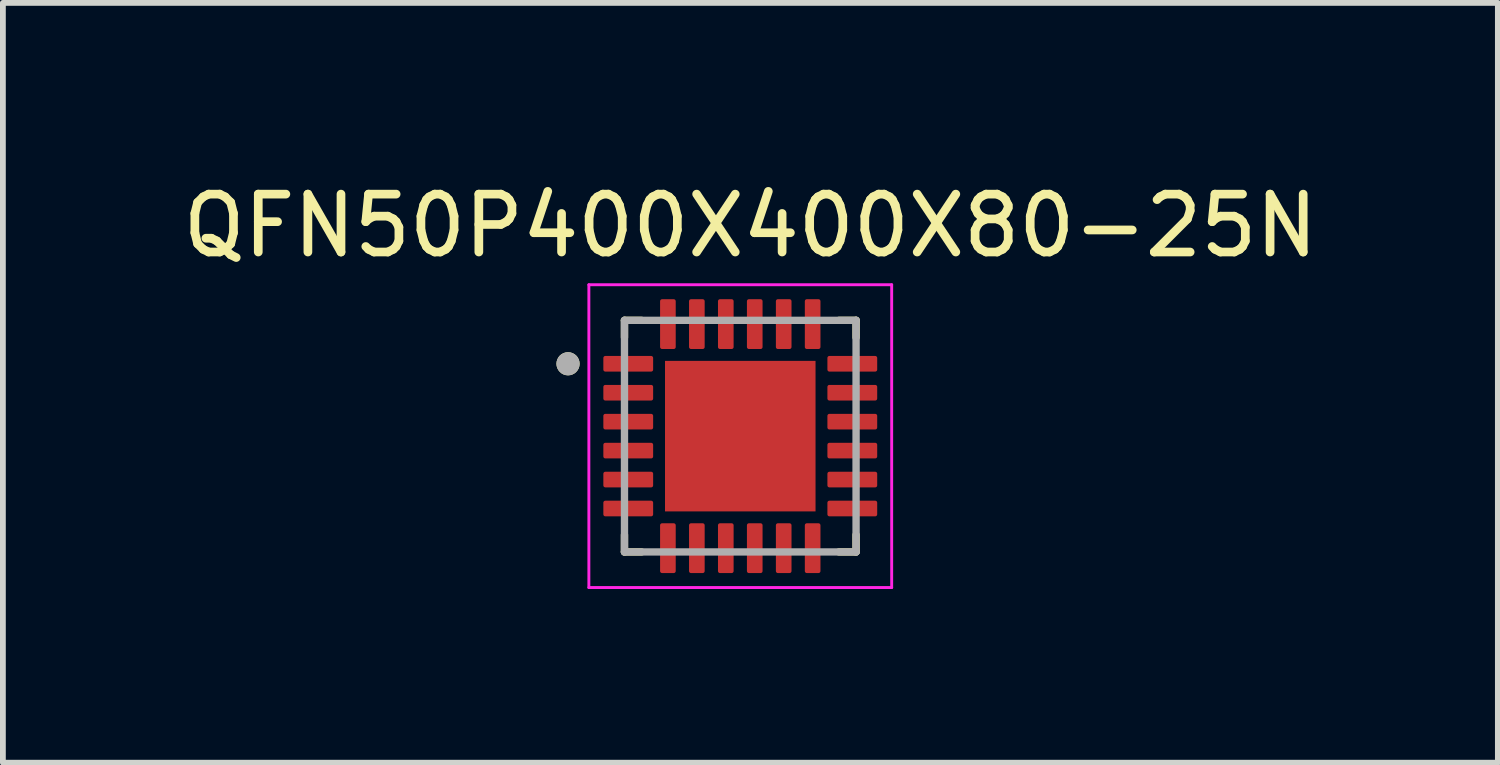
<source format=kicad_pcb>
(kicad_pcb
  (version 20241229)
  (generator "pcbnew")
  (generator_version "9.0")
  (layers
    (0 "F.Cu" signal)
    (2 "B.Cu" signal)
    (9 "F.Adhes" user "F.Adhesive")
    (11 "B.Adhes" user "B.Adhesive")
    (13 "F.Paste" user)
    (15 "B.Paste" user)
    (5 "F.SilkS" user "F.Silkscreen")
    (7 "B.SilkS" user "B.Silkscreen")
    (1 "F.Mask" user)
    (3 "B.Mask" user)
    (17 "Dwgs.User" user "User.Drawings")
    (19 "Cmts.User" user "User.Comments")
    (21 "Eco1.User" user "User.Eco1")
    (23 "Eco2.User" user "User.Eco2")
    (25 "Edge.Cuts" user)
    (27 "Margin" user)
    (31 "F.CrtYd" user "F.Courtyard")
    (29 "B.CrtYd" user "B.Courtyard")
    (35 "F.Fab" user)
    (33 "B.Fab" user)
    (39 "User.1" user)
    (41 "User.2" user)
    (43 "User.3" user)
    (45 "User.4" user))
  (footprint "QFN50P400X400X80-25N"
    (layer "F.Cu")
    (at 9.736 4.483)
    (property "Reference" "QFN50P400X400X80-25N" (at 0.175 -3.635 0) (layer "F.SilkS") (effects (font (size 1 1) (thickness 0.15))))
    (attr smd)
    (fp_line (start -2 -2) (end -2 -1.705) (stroke (width 0.127) (type solid)) (layer "F.SilkS"))
    (fp_line (start -2 -2) (end -1.705 -2) (stroke (width 0.127) (type solid)) (layer "F.SilkS"))
    (fp_line (start -2 2) (end -2 1.705) (stroke (width 0.127) (type solid)) (layer "F.SilkS"))
    (fp_line (start -2 2) (end -1.705 2) (stroke (width 0.127) (type solid)) (layer "F.SilkS"))
    (fp_line (start 2 -2) (end 1.705 -2) (stroke (width 0.127) (type solid)) (layer "F.SilkS"))
    (fp_line (start 2 -2) (end 2 -1.705) (stroke (width 0.127) (type solid)) (layer "F.SilkS"))
    (fp_line (start 2 2) (end 1.705 2) (stroke (width 0.127) (type solid)) (layer "F.SilkS"))
    (fp_line (start 2 2) (end 2 1.705) (stroke (width 0.127) (type solid)) (layer "F.SilkS"))
    (fp_circle (center -2.975 -1.25) (end -2.875 -1.25) (stroke (width 0.2) (type solid)) (fill no) (layer "F.SilkS"))
    (fp_poly (pts (xy -0.82 -0.82) (xy 0.82 -0.82) (xy 0.82 0.82) (xy -0.82 0.82)) (stroke (width 0.01) (type solid)) (fill yes) (layer "F.Paste"))
    (fp_line (start -2.615 -2.615) (end 2.615 -2.615) (stroke (width 0.05) (type solid)) (layer "F.CrtYd"))
    (fp_line (start -2.615 2.615) (end -2.615 -2.615) (stroke (width 0.05) (type solid)) (layer "F.CrtYd"))
    (fp_line (start -2.615 2.615) (end 2.615 2.615) (stroke (width 0.05) (type solid)) (layer "F.CrtYd"))
    (fp_line (start 2.615 2.615) (end 2.615 -2.615) (stroke (width 0.05) (type solid)) (layer "F.CrtYd"))
    (fp_line (start -2 2) (end -2 -2) (stroke (width 0.127) (type solid)) (layer "F.Fab"))
    (fp_line (start 2 -2) (end -2 -2) (stroke (width 0.127) (type solid)) (layer "F.Fab"))
    (fp_line (start 2 2) (end -2 2) (stroke (width 0.127) (type solid)) (layer "F.Fab"))
    (fp_line (start 2 2) (end 2 -2) (stroke (width 0.127) (type solid)) (layer "F.Fab"))
    (fp_circle (center -2.975 -1.25) (end -2.875 -1.25) (stroke (width 0.2) (type solid)) (fill no) (layer "F.Fab"))
    (pad "1" smd roundrect (at -1.935 -1.25) (size 0.86 0.27) (layers "F.Cu" "F.Mask" "F.Paste") (roundrect_rratio 0.125))
    (pad "2" smd roundrect (at -1.935 -0.75) (size 0.86 0.27) (layers "F.Cu" "F.Mask" "F.Paste") (roundrect_rratio 0.125))
    (pad "3" smd roundrect (at -1.935 -0.25) (size 0.86 0.27) (layers "F.Cu" "F.Mask" "F.Paste") (roundrect_rratio 0.125))
    (pad "4" smd roundrect (at -1.935 0.25) (size 0.86 0.27) (layers "F.Cu" "F.Mask" "F.Paste") (roundrect_rratio 0.125))
    (pad "5" smd roundrect (at -1.935 0.75) (size 0.86 0.27) (layers "F.Cu" "F.Mask" "F.Paste") (roundrect_rratio 0.125))
    (pad "6" smd roundrect (at -1.935 1.25) (size 0.86 0.27) (layers "F.Cu" "F.Mask" "F.Paste") (roundrect_rratio 0.125))
    (pad "7" smd roundrect (at -1.25 1.935 90) (size 0.86 0.27) (layers "F.Cu" "F.Mask" "F.Paste") (roundrect_rratio 0.125))
    (pad "8" smd roundrect (at -0.75 1.935 90) (size 0.86 0.27) (layers "F.Cu" "F.Mask" "F.Paste") (roundrect_rratio 0.125))
    (pad "9" smd roundrect (at -0.25 1.935 90) (size 0.86 0.27) (layers "F.Cu" "F.Mask" "F.Paste") (roundrect_rratio 0.125))
    (pad "10" smd roundrect (at 0.25 1.935 90) (size 0.86 0.27) (layers "F.Cu" "F.Mask" "F.Paste") (roundrect_rratio 0.125))
    (pad "11" smd roundrect (at 0.75 1.935 90) (size 0.86 0.27) (layers "F.Cu" "F.Mask" "F.Paste") (roundrect_rratio 0.125))
    (pad "12" smd roundrect (at 1.25 1.935 90) (size 0.86 0.27) (layers "F.Cu" "F.Mask" "F.Paste") (roundrect_rratio 0.125))
    (pad "13" smd roundrect (at 1.935 1.25) (size 0.86 0.27) (layers "F.Cu" "F.Mask" "F.Paste") (roundrect_rratio 0.125))
    (pad "14" smd roundrect (at 1.935 0.75) (size 0.86 0.27) (layers "F.Cu" "F.Mask" "F.Paste") (roundrect_rratio 0.125))
    (pad "15" smd roundrect (at 1.935 0.25) (size 0.86 0.27) (layers "F.Cu" "F.Mask" "F.Paste") (roundrect_rratio 0.125))
    (pad "16" smd roundrect (at 1.935 -0.25) (size 0.86 0.27) (layers "F.Cu" "F.Mask" "F.Paste") (roundrect_rratio 0.125))
    (pad "17" smd roundrect (at 1.935 -0.75) (size 0.86 0.27) (layers "F.Cu" "F.Mask" "F.Paste") (roundrect_rratio 0.125))
    (pad "18" smd roundrect (at 1.935 -1.25) (size 0.86 0.27) (layers "F.Cu" "F.Mask" "F.Paste") (roundrect_rratio 0.125))
    (pad "19" smd roundrect (at 1.25 -1.935 90) (size 0.86 0.27) (layers "F.Cu" "F.Mask" "F.Paste") (roundrect_rratio 0.125))
    (pad "20" smd roundrect (at 0.75 -1.935 90) (size 0.86 0.27) (layers "F.Cu" "F.Mask" "F.Paste") (roundrect_rratio 0.125))
    (pad "21" smd roundrect (at 0.25 -1.935 90) (size 0.86 0.27) (layers "F.Cu" "F.Mask" "F.Paste") (roundrect_rratio 0.125))
    (pad "22" smd roundrect (at -0.25 -1.935 90) (size 0.86 0.27) (layers "F.Cu" "F.Mask" "F.Paste") (roundrect_rratio 0.125))
    (pad "23" smd roundrect (at -0.75 -1.935 90) (size 0.86 0.27) (layers "F.Cu" "F.Mask" "F.Paste") (roundrect_rratio 0.125))
    (pad "24" smd roundrect (at -1.25 -1.935 90) (size 0.86 0.27) (layers "F.Cu" "F.Mask" "F.Paste") (roundrect_rratio 0.125))
    (pad "25" smd rect (at 0 0) (size 2.6 2.6) (layers "F.Cu" "F.Mask")))
  (gr_rect
    (start -3 -3)
    (end 22.821 10.123)
    (stroke (width 0.1) (type default))
    (fill no)
    (layer "Edge.Cuts")))
</source>
